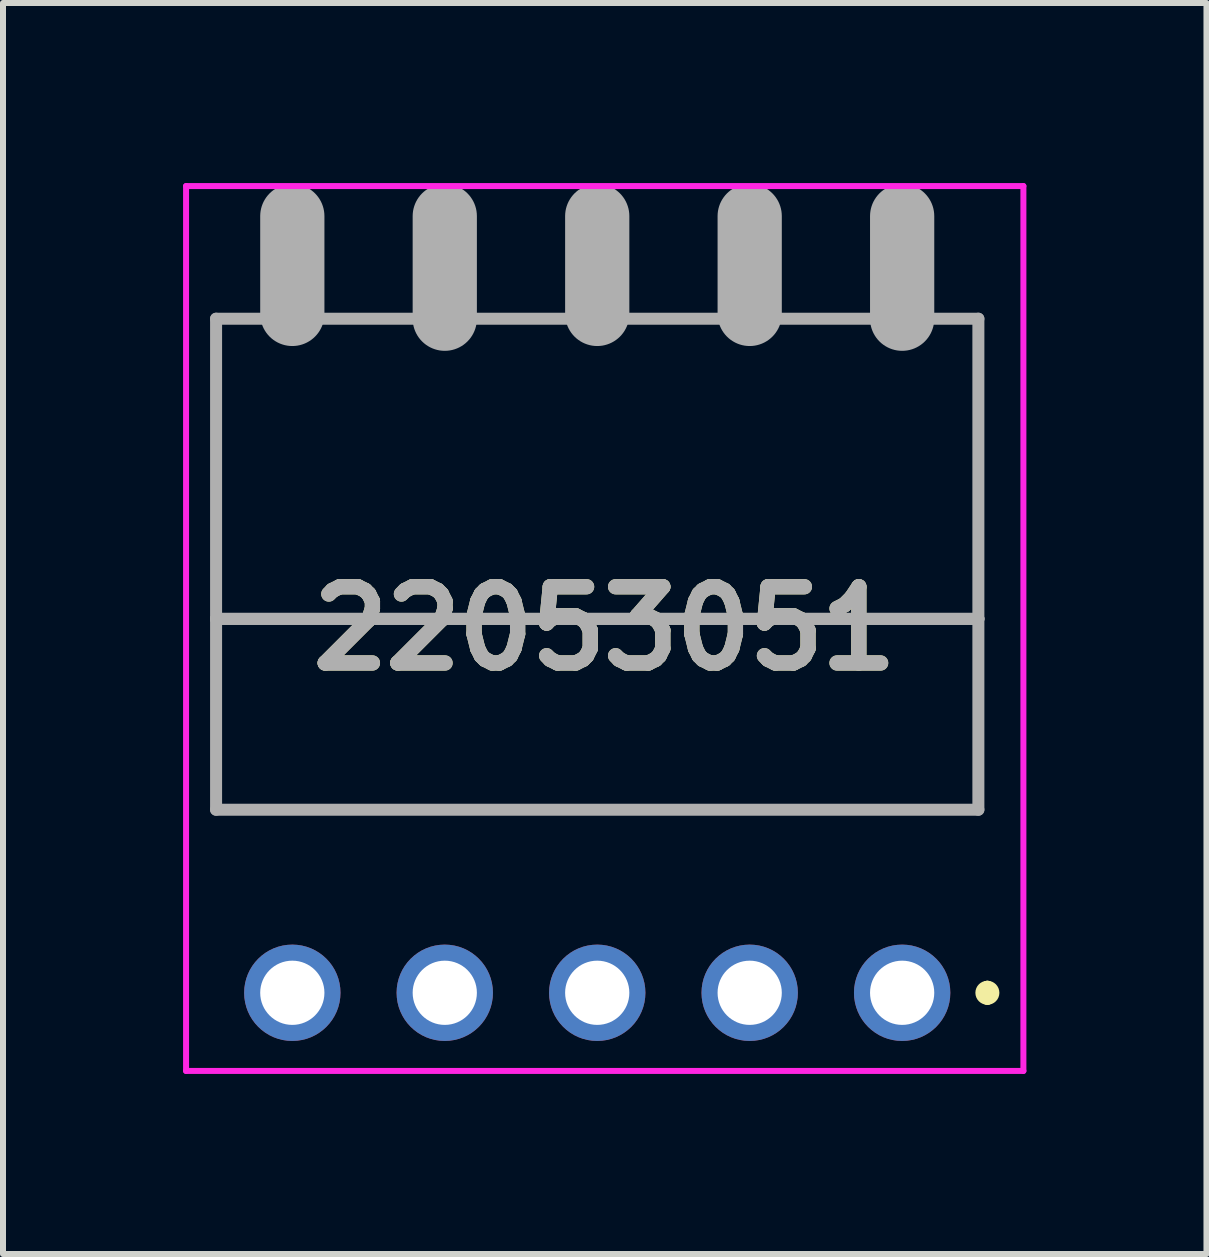
<source format=kicad_pcb>
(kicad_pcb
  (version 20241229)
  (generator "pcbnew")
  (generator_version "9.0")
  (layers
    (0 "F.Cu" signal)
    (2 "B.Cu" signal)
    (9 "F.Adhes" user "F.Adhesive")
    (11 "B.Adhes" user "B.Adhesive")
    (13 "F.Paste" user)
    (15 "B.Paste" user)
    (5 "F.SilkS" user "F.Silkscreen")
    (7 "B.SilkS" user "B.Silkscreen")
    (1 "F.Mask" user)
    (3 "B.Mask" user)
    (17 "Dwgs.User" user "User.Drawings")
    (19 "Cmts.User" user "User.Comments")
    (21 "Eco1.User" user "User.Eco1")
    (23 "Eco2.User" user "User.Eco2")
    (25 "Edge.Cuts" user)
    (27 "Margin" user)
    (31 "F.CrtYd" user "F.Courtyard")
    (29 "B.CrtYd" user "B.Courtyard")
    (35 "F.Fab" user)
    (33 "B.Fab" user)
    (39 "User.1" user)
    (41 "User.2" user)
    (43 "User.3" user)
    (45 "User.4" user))
  (footprint "22053051"
    (layer "F.Cu")
    (at 11.98 13.49)
    (property "Reference" "22053051" (at -4.955 -6.069 0) (layer "F.SilkS") (effects (font (size 1.27 1.27) (thickness 0.254))))
    (attr through_hole)
    (fp_line (start -11.43 -6.23) (end 1.27 -6.23) (stroke (width 0.1) (type solid)) (layer "F.SilkS"))
    (fp_line (start -11.43 -3.05) (end -11.43 -6.23) (stroke (width 0.1) (type solid)) (layer "F.SilkS"))
    (fp_line (start 1.27 -6.23) (end 1.27 -3.05) (stroke (width 0.1) (type solid)) (layer "F.SilkS"))
    (fp_line (start 1.27 -3.05) (end -11.43 -3.05) (stroke (width 0.1) (type solid)) (layer "F.SilkS"))
    (fp_line (start 1.42 -0.1) (end 1.42 -0.1) (stroke (width 0.2) (type solid)) (layer "F.SilkS"))
    (fp_line (start 1.42 0.1) (end 1.42 0.1) (stroke (width 0.2) (type solid)) (layer "F.SilkS"))
    (fp_arc (start 1.42 -0.1) (mid 1.52 0) (end 1.42 0.1) (stroke (width 0.2) (type solid)) (layer "F.SilkS"))
    (fp_arc (start 1.42 0.1) (mid 1.32 0) (end 1.42 -0.1) (stroke (width 0.2) (type solid)) (layer "F.SilkS"))
    (fp_line (start -11.93 -13.44) (end 2.02 -13.44) (stroke (width 0.1) (type solid)) (layer "F.CrtYd"))
    (fp_line (start -11.93 1.302) (end -11.93 -13.44) (stroke (width 0.1) (type solid)) (layer "F.CrtYd"))
    (fp_line (start 2.02 -13.44) (end 2.02 1.302) (stroke (width 0.1) (type solid)) (layer "F.CrtYd"))
    (fp_line (start 2.02 1.302) (end -11.93 1.302) (stroke (width 0.1) (type solid)) (layer "F.CrtYd"))
    (fp_line (start -11.43 -11.23) (end -11.43 -6.23) (stroke (width 0.2) (type solid)) (layer "F.Fab"))
    (fp_line (start -11.43 -6.23) (end 1.27 -6.23) (stroke (width 0.2) (type solid)) (layer "F.Fab"))
    (fp_line (start -11.43 -6.23) (end 1.27 -6.23) (stroke (width 0.2) (type solid)) (layer "F.Fab"))
    (fp_line (start -11.43 -3.05) (end -11.43 -6.23) (stroke (width 0.2) (type solid)) (layer "F.Fab"))
    (fp_line (start -10.16 -11.31) (end -10.16 -12.94) (stroke (width 1.07) (type solid)) (layer "F.Fab"))
    (fp_line (start -7.62 -11.23) (end -7.62 -12.94) (stroke (width 1.07) (type solid)) (layer "F.Fab"))
    (fp_line (start -5.08 -11.31) (end -5.08 -12.94) (stroke (width 1.07) (type solid)) (layer "F.Fab"))
    (fp_line (start -2.54 -11.31) (end -2.54 -12.94) (stroke (width 1.07) (type solid)) (layer "F.Fab"))
    (fp_line (start 0 -11.23) (end 0 -12.94) (stroke (width 1.07) (type solid)) (layer "F.Fab"))
    (fp_line (start 1.27 -11.23) (end -11.43 -11.23) (stroke (width 0.2) (type solid)) (layer "F.Fab"))
    (fp_line (start 1.27 -6.23) (end 1.27 -11.23) (stroke (width 0.2) (type solid)) (layer "F.Fab"))
    (fp_line (start 1.27 -6.23) (end 1.27 -3.05) (stroke (width 0.2) (type solid)) (layer "F.Fab"))
    (fp_line (start 1.27 -3.05) (end -11.43 -3.05) (stroke (width 0.2) (type solid)) (layer "F.Fab"))
    (fp_text user "${REFERENCE}" (at -4.955 -6.069 0) (layer "F.Fab") (effects (font (size 1.27 1.27) (thickness 0.254))))
    (pad "1" thru_hole circle (at 0 0) (size 1.605 1.605) (drill 1.07) (layers "*.Cu" "*.Mask"))
    (pad "2" thru_hole circle (at -2.54 0) (size 1.605 1.605) (drill 1.07) (layers "*.Cu" "*.Mask"))
    (pad "3" thru_hole circle (at -5.08 0) (size 1.605 1.605) (drill 1.07) (layers "*.Cu" "*.Mask"))
    (pad "4" thru_hole circle (at -7.62 0) (size 1.605 1.605) (drill 1.07) (layers "*.Cu" "*.Mask"))
    (pad "5" thru_hole circle (at -10.16 0) (size 1.605 1.605) (drill 1.07) (layers "*.Cu" "*.Mask")))
  (gr_rect
    (start -3 -3)
    (end 17.05 17.842)
    (stroke (width 0.1) (type default))
    (fill no)
    (layer "Edge.Cuts")))
</source>
